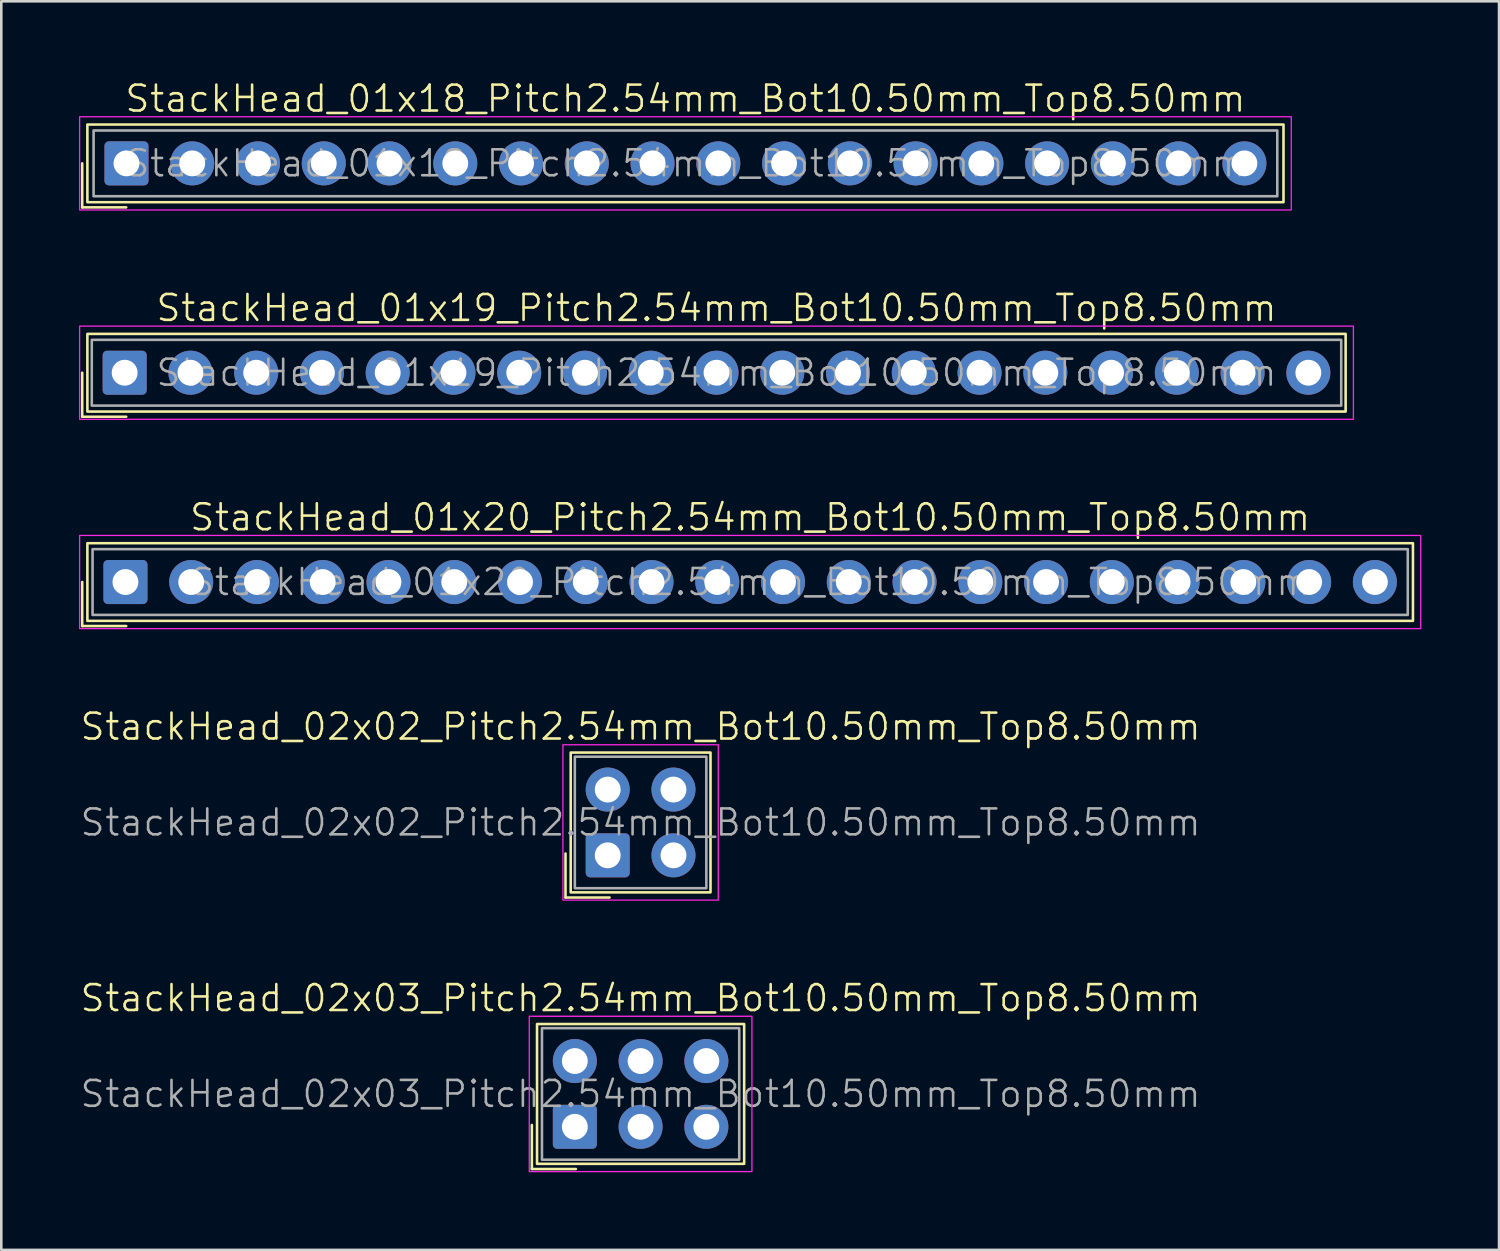
<source format=kicad_pcb>
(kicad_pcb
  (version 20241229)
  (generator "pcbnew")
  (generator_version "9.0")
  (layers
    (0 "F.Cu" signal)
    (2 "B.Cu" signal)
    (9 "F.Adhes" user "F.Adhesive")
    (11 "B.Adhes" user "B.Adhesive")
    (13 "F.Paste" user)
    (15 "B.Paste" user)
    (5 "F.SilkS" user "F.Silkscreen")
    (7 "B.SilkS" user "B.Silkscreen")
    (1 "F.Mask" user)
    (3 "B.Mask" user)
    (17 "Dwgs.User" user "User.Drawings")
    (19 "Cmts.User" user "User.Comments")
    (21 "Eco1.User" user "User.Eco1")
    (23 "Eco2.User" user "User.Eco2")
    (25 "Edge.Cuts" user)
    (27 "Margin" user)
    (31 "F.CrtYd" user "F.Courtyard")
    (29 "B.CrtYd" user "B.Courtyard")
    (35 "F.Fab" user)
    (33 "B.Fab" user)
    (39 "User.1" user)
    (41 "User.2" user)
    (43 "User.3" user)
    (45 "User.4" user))
  (footprint "StackHead_01x19_Pitch2.54mm_Bot10.50mm_Top8.50mm"
    (layer "F.Cu")
    (at 24.625 11.346)
    (property "Reference" "StackHead_01x19_Pitch2.54mm_Bot10.50mm_Top8.50mm" (at 0 -2.5 0) (unlocked yes) (layer "F.SilkS") (effects (font (size 1 1) (thickness 0.1))))
    (attr through_hole)
    (fp_line (start -24.5 0) (end -24.5 1.7) (stroke (width 0.1) (type default)) (layer "F.SilkS"))
    (fp_line (start -24.5 1.7) (end -22.8 1.7) (stroke (width 0.1) (type default)) (layer "F.SilkS"))
    (fp_rect (start -24.3 -1.5) (end 24.3 1.5) (stroke (width 0.1) (type default)) (fill no) (layer "F.SilkS"))
    (fp_rect (start -24.6 1.8) (end 24.6 -1.8) (stroke (width 0.05) (type default)) (fill no) (layer "F.CrtYd"))
    (fp_rect (start -24.13 -1.27) (end 24.13 1.27) (stroke (width 0.1) (type default)) (fill no) (layer "F.Fab"))
    (fp_text user "${REFERENCE}" (at 0 0 0) (unlocked yes) (layer "F.Fab") (effects (font (size 1 1) (thickness 0.1))))
    (pad "1" thru_hole roundrect (at -22.86 0) (size 1.7 1.7) (drill 1) (layers "*.Cu" "*.Mask") (roundrect_rratio 0.1))
    (pad "2" thru_hole circle (at -20.32 0) (size 1.7 1.7) (drill 1) (layers "*.Cu" "*.Mask"))
    (pad "3" thru_hole circle (at -17.78 0) (size 1.7 1.7) (drill 1) (layers "*.Cu" "*.Mask"))
    (pad "4" thru_hole circle (at -15.24 0) (size 1.7 1.7) (drill 1) (layers "*.Cu" "*.Mask"))
    (pad "5" thru_hole circle (at -12.7 0) (size 1.7 1.7) (drill 1) (layers "*.Cu" "*.Mask"))
    (pad "6" thru_hole circle (at -10.16 0) (size 1.7 1.7) (drill 1) (layers "*.Cu" "*.Mask"))
    (pad "7" thru_hole circle (at -7.62 0) (size 1.7 1.7) (drill 1) (layers "*.Cu" "*.Mask"))
    (pad "8" thru_hole circle (at -5.08 0) (size 1.7 1.7) (drill 1) (layers "*.Cu" "*.Mask"))
    (pad "9" thru_hole circle (at -2.54 0) (size 1.7 1.7) (drill 1) (layers "*.Cu" "*.Mask"))
    (pad "10" thru_hole circle (at 0 0) (size 1.7 1.7) (drill 1) (layers "*.Cu" "*.Mask"))
    (pad "11" thru_hole circle (at 2.54 0) (size 1.7 1.7) (drill 1) (layers "*.Cu" "*.Mask"))
    (pad "12" thru_hole circle (at 5.08 0) (size 1.7 1.7) (drill 1) (layers "*.Cu" "*.Mask"))
    (pad "13" thru_hole circle (at 7.62 0) (size 1.7 1.7) (drill 1) (layers "*.Cu" "*.Mask"))
    (pad "14" thru_hole circle (at 10.16 0) (size 1.7 1.7) (drill 1) (layers "*.Cu" "*.Mask"))
    (pad "15" thru_hole circle (at 12.7 0) (size 1.7 1.7) (drill 1) (layers "*.Cu" "*.Mask"))
    (pad "16" thru_hole circle (at 15.24 0) (size 1.7 1.7) (drill 1) (layers "*.Cu" "*.Mask"))
    (pad "17" thru_hole circle (at 17.78 0) (size 1.7 1.7) (drill 1) (layers "*.Cu" "*.Mask"))
    (pad "18" thru_hole circle (at 20.32 0) (size 1.7 1.7) (drill 1) (layers "*.Cu" "*.Mask"))
    (pad "19" thru_hole circle (at 22.86 0) (size 1.7 1.7) (drill 1) (layers "*.Cu" "*.Mask")))
  (footprint "StackHead_01x18_Pitch2.54mm_Bot10.50mm_Top8.50mm"
    (layer "F.Cu")
    (at 23.425 3.26)
    (property "Reference" "StackHead_01x18_Pitch2.54mm_Bot10.50mm_Top8.50mm" (at 0 -2.5 0) (unlocked yes) (layer "F.SilkS") (effects (font (size 1 1) (thickness 0.1))))
    (attr through_hole)
    (fp_line (start -23.3 0) (end -23.3 1.7) (stroke (width 0.1) (type default)) (layer "F.SilkS"))
    (fp_line (start -23.3 1.7) (end -21.6 1.7) (stroke (width 0.1) (type default)) (layer "F.SilkS"))
    (fp_rect (start -23.1 -1.5) (end 23.1 1.5) (stroke (width 0.1) (type default)) (fill no) (layer "F.SilkS"))
    (fp_rect (start -23.4 1.8) (end 23.4 -1.8) (stroke (width 0.05) (type default)) (fill no) (layer "F.CrtYd"))
    (fp_rect (start -22.86 -1.27) (end 22.86 1.27) (stroke (width 0.1) (type default)) (fill no) (layer "F.Fab"))
    (fp_text user "${REFERENCE}" (at 0 0 0) (unlocked yes) (layer "F.Fab") (effects (font (size 1 1) (thickness 0.1))))
    (pad "1" thru_hole roundrect (at -21.59 0) (size 1.7 1.7) (drill 1) (layers "*.Cu" "*.Mask") (roundrect_rratio 0.1))
    (pad "2" thru_hole circle (at -19.05 0) (size 1.7 1.7) (drill 1) (layers "*.Cu" "*.Mask"))
    (pad "3" thru_hole circle (at -16.51 0) (size 1.7 1.7) (drill 1) (layers "*.Cu" "*.Mask"))
    (pad "4" thru_hole circle (at -13.97 0) (size 1.7 1.7) (drill 1) (layers "*.Cu" "*.Mask"))
    (pad "5" thru_hole circle (at -11.43 0) (size 1.7 1.7) (drill 1) (layers "*.Cu" "*.Mask"))
    (pad "6" thru_hole circle (at -8.89 0) (size 1.7 1.7) (drill 1) (layers "*.Cu" "*.Mask"))
    (pad "7" thru_hole circle (at -6.35 0) (size 1.7 1.7) (drill 1) (layers "*.Cu" "*.Mask"))
    (pad "8" thru_hole circle (at -3.81 0) (size 1.7 1.7) (drill 1) (layers "*.Cu" "*.Mask"))
    (pad "9" thru_hole circle (at -1.27 0) (size 1.7 1.7) (drill 1) (layers "*.Cu" "*.Mask"))
    (pad "10" thru_hole circle (at 1.27 0) (size 1.7 1.7) (drill 1) (layers "*.Cu" "*.Mask"))
    (pad "11" thru_hole circle (at 3.81 0) (size 1.7 1.7) (drill 1) (layers "*.Cu" "*.Mask"))
    (pad "12" thru_hole circle (at 6.35 0) (size 1.7 1.7) (drill 1) (layers "*.Cu" "*.Mask"))
    (pad "13" thru_hole circle (at 8.89 0) (size 1.7 1.7) (drill 1) (layers "*.Cu" "*.Mask"))
    (pad "14" thru_hole circle (at 11.43 0) (size 1.7 1.7) (drill 1) (layers "*.Cu" "*.Mask"))
    (pad "15" thru_hole circle (at 13.97 0) (size 1.7 1.7) (drill 1) (layers "*.Cu" "*.Mask"))
    (pad "16" thru_hole circle (at 16.51 0) (size 1.7 1.7) (drill 1) (layers "*.Cu" "*.Mask"))
    (pad "17" thru_hole circle (at 19.05 0) (size 1.7 1.7) (drill 1) (layers "*.Cu" "*.Mask"))
    (pad "18" thru_hole circle (at 21.59 0) (size 1.7 1.7) (drill 1) (layers "*.Cu" "*.Mask")))
  (footprint "StackHead_01x20_Pitch2.54mm_Bot10.50mm_Top8.50mm"
    (layer "F.Cu")
    (at 25.925 19.431)
    (property "Reference" "StackHead_01x20_Pitch2.54mm_Bot10.50mm_Top8.50mm" (at 0 -2.5 0) (unlocked yes) (layer "F.SilkS") (effects (font (size 1 1) (thickness 0.1))))
    (attr through_hole)
    (fp_line (start -25.8 0) (end -25.8 1.7) (stroke (width 0.1) (type default)) (layer "F.SilkS"))
    (fp_line (start -25.8 1.7) (end -24.1 1.7) (stroke (width 0.1) (type default)) (layer "F.SilkS"))
    (fp_rect (start -25.6 -1.5) (end 25.6 1.5) (stroke (width 0.1) (type default)) (fill no) (layer "F.SilkS"))
    (fp_rect (start -25.9 1.8) (end 25.9 -1.8) (stroke (width 0.05) (type default)) (fill no) (layer "F.CrtYd"))
    (fp_rect (start -25.4 -1.27) (end 25.4 1.27) (stroke (width 0.1) (type default)) (fill no) (layer "F.Fab"))
    (fp_text user "${REFERENCE}" (at 0 0 0) (unlocked yes) (layer "F.Fab") (effects (font (size 1 1) (thickness 0.1))))
    (pad "1" thru_hole roundrect (at -24.13 0) (size 1.7 1.7) (drill 1) (layers "*.Cu" "*.Mask") (roundrect_rratio 0.1))
    (pad "2" thru_hole circle (at -21.59 0) (size 1.7 1.7) (drill 1) (layers "*.Cu" "*.Mask"))
    (pad "3" thru_hole circle (at -19.05 0) (size 1.7 1.7) (drill 1) (layers "*.Cu" "*.Mask"))
    (pad "4" thru_hole circle (at -16.51 0) (size 1.7 1.7) (drill 1) (layers "*.Cu" "*.Mask"))
    (pad "5" thru_hole circle (at -13.97 0) (size 1.7 1.7) (drill 1) (layers "*.Cu" "*.Mask"))
    (pad "6" thru_hole circle (at -11.43 0) (size 1.7 1.7) (drill 1) (layers "*.Cu" "*.Mask"))
    (pad "7" thru_hole circle (at -8.89 0) (size 1.7 1.7) (drill 1) (layers "*.Cu" "*.Mask"))
    (pad "8" thru_hole circle (at -6.35 0) (size 1.7 1.7) (drill 1) (layers "*.Cu" "*.Mask"))
    (pad "9" thru_hole circle (at -3.81 0) (size 1.7 1.7) (drill 1) (layers "*.Cu" "*.Mask"))
    (pad "10" thru_hole circle (at -1.27 0) (size 1.7 1.7) (drill 1) (layers "*.Cu" "*.Mask"))
    (pad "11" thru_hole circle (at 1.27 0) (size 1.7 1.7) (drill 1) (layers "*.Cu" "*.Mask"))
    (pad "12" thru_hole circle (at 3.81 0) (size 1.7 1.7) (drill 1) (layers "*.Cu" "*.Mask"))
    (pad "13" thru_hole circle (at 6.35 0) (size 1.7 1.7) (drill 1) (layers "*.Cu" "*.Mask"))
    (pad "14" thru_hole circle (at 8.89 0) (size 1.7 1.7) (drill 1) (layers "*.Cu" "*.Mask"))
    (pad "15" thru_hole circle (at 11.43 0) (size 1.7 1.7) (drill 1) (layers "*.Cu" "*.Mask"))
    (pad "16" thru_hole circle (at 13.97 0) (size 1.7 1.7) (drill 1) (layers "*.Cu" "*.Mask"))
    (pad "17" thru_hole circle (at 16.51 0) (size 1.7 1.7) (drill 1) (layers "*.Cu" "*.Mask"))
    (pad "18" thru_hole circle (at 19.05 0) (size 1.7 1.7) (drill 1) (layers "*.Cu" "*.Mask"))
    (pad "19" thru_hole circle (at 21.59 0) (size 1.7 1.7) (drill 1) (layers "*.Cu" "*.Mask"))
    (pad "20" thru_hole circle (at 24.13 0) (size 1.7 1.7) (drill 1) (layers "*.Cu" "*.Mask")))
  (footprint "StackHead_02x03_Pitch2.54mm_Bot10.50mm_Top8.50mm"
    (layer "F.Cu")
    (at 21.693 39.203)
    (property "Reference" "StackHead_02x03_Pitch2.54mm_Bot10.50mm_Top8.50mm" (at 0 -3.7 0) (unlocked yes) (layer "F.SilkS") (effects (font (size 1 1) (thickness 0.1))))
    (attr through_hole)
    (fp_line (start -4.2 1.2) (end -4.2 2.9) (stroke (width 0.1) (type default)) (layer "F.SilkS"))
    (fp_line (start -4.2 2.9) (end -2.5 2.9) (stroke (width 0.1) (type default)) (layer "F.SilkS"))
    (fp_rect (start -4 -2.7) (end 4 2.7) (stroke (width 0.1) (type default)) (fill no) (layer "F.SilkS"))
    (fp_rect (start -4.3 -3) (end 4.3 3) (stroke (width 0.05) (type default)) (fill no) (layer "F.CrtYd"))
    (fp_rect (start -3.81 -2.54) (end 3.81 2.54) (stroke (width 0.1) (type default)) (fill no) (layer "F.Fab"))
    (fp_text user "${REFERENCE}" (at 0 0 0) (unlocked yes) (layer "F.Fab") (effects (font (size 1 1) (thickness 0.1))))
    (pad "1" thru_hole roundrect (at -2.54 1.27) (size 1.7 1.7) (drill 1) (layers "*.Cu" "*.Mask") (roundrect_rratio 0.1))
    (pad "2" thru_hole circle (at -2.54 -1.27) (size 1.7 1.7) (drill 1) (layers "*.Cu" "*.Mask"))
    (pad "3" thru_hole circle (at 0 1.27) (size 1.7 1.7) (drill 1) (layers "*.Cu" "*.Mask"))
    (pad "4" thru_hole circle (at 0 -1.27) (size 1.7 1.7) (drill 1) (layers "*.Cu" "*.Mask"))
    (pad "5" thru_hole circle (at 2.54 1.27) (size 1.7 1.7) (drill 1) (layers "*.Cu" "*.Mask"))
    (pad "6" thru_hole circle (at 2.54 -1.27) (size 1.7 1.7) (drill 1) (layers "*.Cu" "*.Mask")))
  (footprint "StackHead_02x02_Pitch2.54mm_Bot10.50mm_Top8.50mm"
    (layer "F.Cu")
    (at 21.693 28.717)
    (property "Reference" "StackHead_02x02_Pitch2.54mm_Bot10.50mm_Top8.50mm" (at 0 -3.7 0) (unlocked yes) (layer "F.SilkS") (effects (font (size 1 1) (thickness 0.1))))
    (attr through_hole)
    (fp_line (start -2.9 1.2) (end -2.9 2.9) (stroke (width 0.1) (type default)) (layer "F.SilkS"))
    (fp_line (start -2.9 2.9) (end -1.2 2.9) (stroke (width 0.1) (type default)) (layer "F.SilkS"))
    (fp_rect (start -2.7 -2.7) (end 2.7 2.7) (stroke (width 0.1) (type default)) (fill no) (layer "F.SilkS"))
    (fp_rect (start -3 -3) (end 3 3) (stroke (width 0.05) (type default)) (fill no) (layer "F.CrtYd"))
    (fp_rect (start -2.54 -2.54) (end 2.54 2.54) (stroke (width 0.1) (type default)) (fill no) (layer "F.Fab"))
    (fp_text user "${REFERENCE}" (at 0 0 0) (unlocked yes) (layer "F.Fab") (effects (font (size 1 1) (thickness 0.1))))
    (pad "1" thru_hole roundrect (at -1.27 1.27) (size 1.7 1.7) (drill 1) (layers "*.Cu" "*.Mask") (roundrect_rratio 0.1))
    (pad "2" thru_hole circle (at -1.27 -1.27) (size 1.7 1.7) (drill 1) (layers "*.Cu" "*.Mask"))
    (pad "3" thru_hole circle (at 1.27 1.27) (size 1.7 1.7) (drill 1) (layers "*.Cu" "*.Mask"))
    (pad "4" thru_hole circle (at 1.27 -1.27) (size 1.7 1.7) (drill 1) (layers "*.Cu" "*.Mask")))
  (gr_rect
    (start -3 -3)
    (end 54.85 45.227)
    (stroke (width 0.1) (type default))
    (fill no)
    (layer "Edge.Cuts")))
</source>
